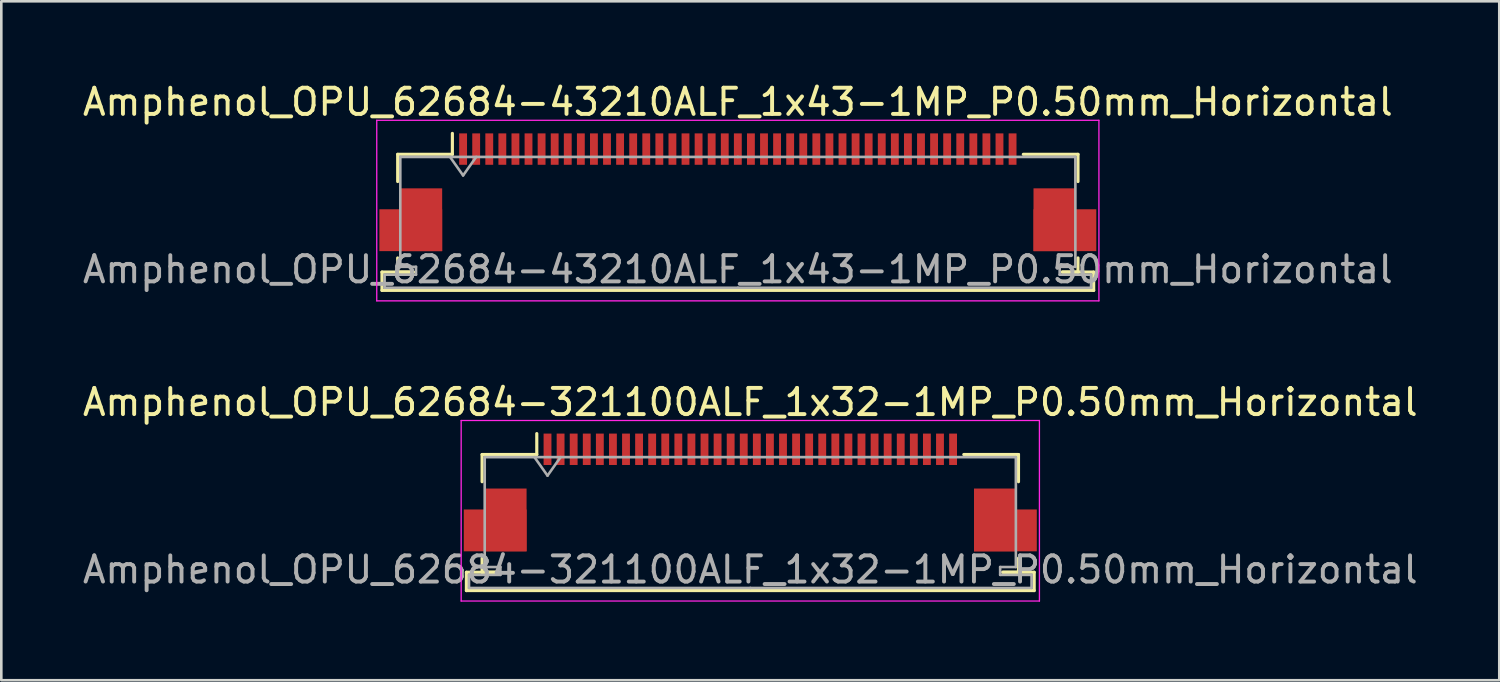
<source format=kicad_pcb>
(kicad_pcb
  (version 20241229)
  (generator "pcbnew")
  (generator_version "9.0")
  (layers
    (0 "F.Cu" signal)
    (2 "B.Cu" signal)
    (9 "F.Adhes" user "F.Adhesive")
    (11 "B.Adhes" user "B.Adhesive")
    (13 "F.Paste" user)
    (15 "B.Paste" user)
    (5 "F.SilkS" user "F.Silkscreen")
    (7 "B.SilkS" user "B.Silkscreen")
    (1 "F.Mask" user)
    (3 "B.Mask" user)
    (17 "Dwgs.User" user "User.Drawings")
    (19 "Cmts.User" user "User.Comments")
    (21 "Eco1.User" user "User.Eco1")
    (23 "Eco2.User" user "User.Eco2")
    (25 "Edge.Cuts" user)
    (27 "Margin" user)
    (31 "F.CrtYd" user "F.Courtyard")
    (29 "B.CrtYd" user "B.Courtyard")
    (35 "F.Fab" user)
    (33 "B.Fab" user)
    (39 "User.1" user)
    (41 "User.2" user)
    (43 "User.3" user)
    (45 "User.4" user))
  (footprint "Amphenol_OPU_62684-321100ALF_1x32-1MP_P0.50mm_Horizontal"
    (layer "F.Cu")
    (at 25.625 15.771)
    (property "Reference" "Amphenol_OPU_62684-321100ALF_1x32-1MP_P0.50mm_Horizontal" (at 0 -3.45 0) (layer "F.SilkS") (effects (font (size 1 1) (thickness 0.15))))
    (attr smd)
    (fp_line (start -10.85 3.05) (end -10.85 3.75) (stroke (width 0.12) (type solid)) (layer "F.SilkS"))
    (fp_line (start -10.85 3.75) (end 10.85 3.75) (stroke (width 0.12) (type solid)) (layer "F.SilkS"))
    (fp_line (start -10.25 -1.45) (end -10.25 -0.41) (stroke (width 0.12) (type solid)) (layer "F.SilkS"))
    (fp_line (start -10.25 2.51) (end -10.25 3.05) (stroke (width 0.12) (type solid)) (layer "F.SilkS"))
    (fp_line (start -10.25 3.05) (end -9.65 3.05) (stroke (width 0.12) (type solid)) (layer "F.SilkS"))
    (fp_line (start -9.65 3.05) (end -10.85 3.05) (stroke (width 0.12) (type solid)) (layer "F.SilkS"))
    (fp_line (start -8.16 -1.45) (end -10.25 -1.45) (stroke (width 0.12) (type solid)) (layer "F.SilkS"))
    (fp_line (start -8.16 -1.45) (end -8.16 -2.25) (stroke (width 0.12) (type solid)) (layer "F.SilkS"))
    (fp_line (start 8.16 -1.45) (end 10.25 -1.45) (stroke (width 0.12) (type solid)) (layer "F.SilkS"))
    (fp_line (start 9.65 3.05) (end 10.25 3.05) (stroke (width 0.12) (type solid)) (layer "F.SilkS"))
    (fp_line (start 10.25 -1.45) (end 10.25 -0.41) (stroke (width 0.12) (type solid)) (layer "F.SilkS"))
    (fp_line (start 10.25 3.05) (end 10.25 2.51) (stroke (width 0.12) (type solid)) (layer "F.SilkS"))
    (fp_line (start 10.85 3.05) (end 9.65 3.05) (stroke (width 0.12) (type solid)) (layer "F.SilkS"))
    (fp_line (start 10.85 3.75) (end 10.85 3.05) (stroke (width 0.12) (type solid)) (layer "F.SilkS"))
    (fp_line (start -11.05 -2.75) (end -11.05 4.15) (stroke (width 0.05) (type solid)) (layer "F.CrtYd"))
    (fp_line (start -11.05 4.15) (end 11.05 4.15) (stroke (width 0.05) (type solid)) (layer "F.CrtYd"))
    (fp_line (start 11.05 -2.75) (end -11.05 -2.75) (stroke (width 0.05) (type solid)) (layer "F.CrtYd"))
    (fp_line (start 11.05 4.15) (end 11.05 -2.75) (stroke (width 0.05) (type solid)) (layer "F.CrtYd"))
    (fp_line (start -10.75 3.15) (end -10.75 3.65) (stroke (width 0.1) (type solid)) (layer "F.Fab"))
    (fp_line (start -10.75 3.65) (end 0 3.65) (stroke (width 0.1) (type solid)) (layer "F.Fab"))
    (fp_line (start -10.15 -1.35) (end -10.15 2.85) (stroke (width 0.1) (type solid)) (layer "F.Fab"))
    (fp_line (start -10.15 2.85) (end -9.55 2.85) (stroke (width 0.1) (type solid)) (layer "F.Fab"))
    (fp_line (start -9.55 2.85) (end -9.55 3.15) (stroke (width 0.1) (type solid)) (layer "F.Fab"))
    (fp_line (start -9.55 3.15) (end -10.75 3.15) (stroke (width 0.1) (type solid)) (layer "F.Fab"))
    (fp_line (start -8.25 -1.35) (end -7.75 -0.643) (stroke (width 0.1) (type solid)) (layer "F.Fab"))
    (fp_line (start -7.75 -0.643) (end -7.25 -1.35) (stroke (width 0.1) (type solid)) (layer "F.Fab"))
    (fp_line (start 0 -1.35) (end -10.15 -1.35) (stroke (width 0.1) (type solid)) (layer "F.Fab"))
    (fp_line (start 0 -1.35) (end 10.15 -1.35) (stroke (width 0.1) (type solid)) (layer "F.Fab"))
    (fp_line (start 9.55 2.85) (end 9.55 3.15) (stroke (width 0.1) (type solid)) (layer "F.Fab"))
    (fp_line (start 9.55 3.15) (end 10.75 3.15) (stroke (width 0.1) (type solid)) (layer "F.Fab"))
    (fp_line (start 10.15 -1.35) (end 10.15 2.85) (stroke (width 0.1) (type solid)) (layer "F.Fab"))
    (fp_line (start 10.15 2.85) (end 9.55 2.85) (stroke (width 0.1) (type solid)) (layer "F.Fab"))
    (fp_line (start 10.75 3.15) (end 10.75 3.65) (stroke (width 0.1) (type solid)) (layer "F.Fab"))
    (fp_line (start 10.75 3.65) (end 0 3.65) (stroke (width 0.1) (type solid)) (layer "F.Fab"))
    (fp_text user "${REFERENCE}" (at 0 2.95 0) (layer "F.Fab") (effects (font (size 1 1) (thickness 0.15))))
    (pad "1" smd rect (at -7.75 -1.65) (size 0.3 1.2) (layers "F.Cu" "F.Mask" "F.Paste"))
    (pad "2" smd rect (at -7.25 -1.65) (size 0.3 1.2) (layers "F.Cu" "F.Mask" "F.Paste"))
    (pad "3" smd rect (at -6.75 -1.65) (size 0.3 1.2) (layers "F.Cu" "F.Mask" "F.Paste"))
    (pad "4" smd rect (at -6.25 -1.65) (size 0.3 1.2) (layers "F.Cu" "F.Mask" "F.Paste"))
    (pad "5" smd rect (at -5.75 -1.65) (size 0.3 1.2) (layers "F.Cu" "F.Mask" "F.Paste"))
    (pad "6" smd rect (at -5.25 -1.65) (size 0.3 1.2) (layers "F.Cu" "F.Mask" "F.Paste"))
    (pad "7" smd rect (at -4.75 -1.65) (size 0.3 1.2) (layers "F.Cu" "F.Mask" "F.Paste"))
    (pad "8" smd rect (at -4.25 -1.65) (size 0.3 1.2) (layers "F.Cu" "F.Mask" "F.Paste"))
    (pad "9" smd rect (at -3.75 -1.65) (size 0.3 1.2) (layers "F.Cu" "F.Mask" "F.Paste"))
    (pad "10" smd rect (at -3.25 -1.65) (size 0.3 1.2) (layers "F.Cu" "F.Mask" "F.Paste"))
    (pad "11" smd rect (at -2.75 -1.65) (size 0.3 1.2) (layers "F.Cu" "F.Mask" "F.Paste"))
    (pad "12" smd rect (at -2.25 -1.65) (size 0.3 1.2) (layers "F.Cu" "F.Mask" "F.Paste"))
    (pad "13" smd rect (at -1.75 -1.65) (size 0.3 1.2) (layers "F.Cu" "F.Mask" "F.Paste"))
    (pad "14" smd rect (at -1.25 -1.65) (size 0.3 1.2) (layers "F.Cu" "F.Mask" "F.Paste"))
    (pad "15" smd rect (at -0.75 -1.65) (size 0.3 1.2) (layers "F.Cu" "F.Mask" "F.Paste"))
    (pad "16" smd rect (at -0.25 -1.65) (size 0.3 1.2) (layers "F.Cu" "F.Mask" "F.Paste"))
    (pad "17" smd rect (at 0.25 -1.65) (size 0.3 1.2) (layers "F.Cu" "F.Mask" "F.Paste"))
    (pad "18" smd rect (at 0.75 -1.65) (size 0.3 1.2) (layers "F.Cu" "F.Mask" "F.Paste"))
    (pad "19" smd rect (at 1.25 -1.65) (size 0.3 1.2) (layers "F.Cu" "F.Mask" "F.Paste"))
    (pad "20" smd rect (at 1.75 -1.65) (size 0.3 1.2) (layers "F.Cu" "F.Mask" "F.Paste"))
    (pad "21" smd rect (at 2.25 -1.65) (size 0.3 1.2) (layers "F.Cu" "F.Mask" "F.Paste"))
    (pad "22" smd rect (at 2.75 -1.65) (size 0.3 1.2) (layers "F.Cu" "F.Mask" "F.Paste"))
    (pad "23" smd rect (at 3.25 -1.65) (size 0.3 1.2) (layers "F.Cu" "F.Mask" "F.Paste"))
    (pad "24" smd rect (at 3.75 -1.65) (size 0.3 1.2) (layers "F.Cu" "F.Mask" "F.Paste"))
    (pad "25" smd rect (at 4.25 -1.65) (size 0.3 1.2) (layers "F.Cu" "F.Mask" "F.Paste"))
    (pad "26" smd rect (at 4.75 -1.65) (size 0.3 1.2) (layers "F.Cu" "F.Mask" "F.Paste"))
    (pad "27" smd rect (at 5.25 -1.65) (size 0.3 1.2) (layers "F.Cu" "F.Mask" "F.Paste"))
    (pad "28" smd rect (at 5.75 -1.65) (size 0.3 1.2) (layers "F.Cu" "F.Mask" "F.Paste"))
    (pad "29" smd rect (at 6.25 -1.65) (size 0.3 1.2) (layers "F.Cu" "F.Mask" "F.Paste"))
    (pad "30" smd rect (at 6.75 -1.65) (size 0.3 1.2) (layers "F.Cu" "F.Mask" "F.Paste"))
    (pad "31" smd rect (at 7.25 -1.65) (size 0.3 1.2) (layers "F.Cu" "F.Mask" "F.Paste"))
    (pad "32" smd rect (at 7.75 -1.65) (size 0.3 1.2) (layers "F.Cu" "F.Mask" "F.Paste"))
    (pad "MP" smd rect (at -9.75 1.45) (size 2.4 1.6) (layers "F.Cu" "F.Mask" "F.Paste"))
    (pad "MP" smd rect (at -9.35 1.05) (size 1.6 2.4) (layers "F.Cu" "F.Mask" "F.Paste"))
    (pad "MP" smd rect (at 9.35 1.05) (size 1.6 2.4) (layers "F.Cu" "F.Mask" "F.Paste"))
    (pad "MP" smd rect (at 9.75 1.45) (size 2.4 1.6) (layers "F.Cu" "F.Mask" "F.Paste")))
  (footprint "Amphenol_OPU_62684-43210ALF_1x43-1MP_P0.50mm_Horizontal"
    (layer "F.Cu")
    (at 25.149 4.298)
    (property "Reference" "Amphenol_OPU_62684-43210ALF_1x43-1MP_P0.50mm_Horizontal" (at 0 -3.45 0) (layer "F.SilkS") (effects (font (size 1 1) (thickness 0.15))))
    (attr smd)
    (fp_line (start -13.6 3.05) (end -13.6 3.75) (stroke (width 0.12) (type solid)) (layer "F.SilkS"))
    (fp_line (start -13.6 3.75) (end 13.6 3.75) (stroke (width 0.12) (type solid)) (layer "F.SilkS"))
    (fp_line (start -13 -1.45) (end -13 -0.41) (stroke (width 0.12) (type solid)) (layer "F.SilkS"))
    (fp_line (start -13 2.51) (end -13 3.05) (stroke (width 0.12) (type solid)) (layer "F.SilkS"))
    (fp_line (start -13 3.05) (end -12.4 3.05) (stroke (width 0.12) (type solid)) (layer "F.SilkS"))
    (fp_line (start -12.4 3.05) (end -13.6 3.05) (stroke (width 0.12) (type solid)) (layer "F.SilkS"))
    (fp_line (start -10.91 -1.45) (end -13 -1.45) (stroke (width 0.12) (type solid)) (layer "F.SilkS"))
    (fp_line (start -10.91 -1.45) (end -10.91 -2.25) (stroke (width 0.12) (type solid)) (layer "F.SilkS"))
    (fp_line (start 10.91 -1.45) (end 13 -1.45) (stroke (width 0.12) (type solid)) (layer "F.SilkS"))
    (fp_line (start 12.4 3.05) (end 13 3.05) (stroke (width 0.12) (type solid)) (layer "F.SilkS"))
    (fp_line (start 13 -1.45) (end 13 -0.41) (stroke (width 0.12) (type solid)) (layer "F.SilkS"))
    (fp_line (start 13 3.05) (end 13 2.51) (stroke (width 0.12) (type solid)) (layer "F.SilkS"))
    (fp_line (start 13.6 3.05) (end 12.4 3.05) (stroke (width 0.12) (type solid)) (layer "F.SilkS"))
    (fp_line (start 13.6 3.75) (end 13.6 3.05) (stroke (width 0.12) (type solid)) (layer "F.SilkS"))
    (fp_line (start -13.8 -2.75) (end -13.8 4.15) (stroke (width 0.05) (type solid)) (layer "F.CrtYd"))
    (fp_line (start -13.8 4.15) (end 13.8 4.15) (stroke (width 0.05) (type solid)) (layer "F.CrtYd"))
    (fp_line (start 13.8 -2.75) (end -13.8 -2.75) (stroke (width 0.05) (type solid)) (layer "F.CrtYd"))
    (fp_line (start 13.8 4.15) (end 13.8 -2.75) (stroke (width 0.05) (type solid)) (layer "F.CrtYd"))
    (fp_line (start -13.5 3.15) (end -13.5 3.65) (stroke (width 0.1) (type solid)) (layer "F.Fab"))
    (fp_line (start -13.5 3.65) (end 0 3.65) (stroke (width 0.1) (type solid)) (layer "F.Fab"))
    (fp_line (start -12.9 -1.35) (end -12.9 2.85) (stroke (width 0.1) (type solid)) (layer "F.Fab"))
    (fp_line (start -12.9 2.85) (end -12.3 2.85) (stroke (width 0.1) (type solid)) (layer "F.Fab"))
    (fp_line (start -12.3 2.85) (end -12.3 3.15) (stroke (width 0.1) (type solid)) (layer "F.Fab"))
    (fp_line (start -12.3 3.15) (end -13.5 3.15) (stroke (width 0.1) (type solid)) (layer "F.Fab"))
    (fp_line (start -11 -1.35) (end -10.5 -0.643) (stroke (width 0.1) (type solid)) (layer "F.Fab"))
    (fp_line (start -10.5 -0.643) (end -10 -1.35) (stroke (width 0.1) (type solid)) (layer "F.Fab"))
    (fp_line (start 0 -1.35) (end -12.9 -1.35) (stroke (width 0.1) (type solid)) (layer "F.Fab"))
    (fp_line (start 0 -1.35) (end 12.9 -1.35) (stroke (width 0.1) (type solid)) (layer "F.Fab"))
    (fp_line (start 12.3 2.85) (end 12.3 3.15) (stroke (width 0.1) (type solid)) (layer "F.Fab"))
    (fp_line (start 12.3 3.15) (end 13.5 3.15) (stroke (width 0.1) (type solid)) (layer "F.Fab"))
    (fp_line (start 12.9 -1.35) (end 12.9 2.85) (stroke (width 0.1) (type solid)) (layer "F.Fab"))
    (fp_line (start 12.9 2.85) (end 12.3 2.85) (stroke (width 0.1) (type solid)) (layer "F.Fab"))
    (fp_line (start 13.5 3.15) (end 13.5 3.65) (stroke (width 0.1) (type solid)) (layer "F.Fab"))
    (fp_line (start 13.5 3.65) (end 0 3.65) (stroke (width 0.1) (type solid)) (layer "F.Fab"))
    (fp_text user "${REFERENCE}" (at 0 2.95 0) (layer "F.Fab") (effects (font (size 1 1) (thickness 0.15))))
    (pad "1" smd rect (at -10.5 -1.65) (size 0.3 1.2) (layers "F.Cu" "F.Mask" "F.Paste"))
    (pad "2" smd rect (at -10 -1.65) (size 0.3 1.2) (layers "F.Cu" "F.Mask" "F.Paste"))
    (pad "3" smd rect (at -9.5 -1.65) (size 0.3 1.2) (layers "F.Cu" "F.Mask" "F.Paste"))
    (pad "4" smd rect (at -9 -1.65) (size 0.3 1.2) (layers "F.Cu" "F.Mask" "F.Paste"))
    (pad "5" smd rect (at -8.5 -1.65) (size 0.3 1.2) (layers "F.Cu" "F.Mask" "F.Paste"))
    (pad "6" smd rect (at -8 -1.65) (size 0.3 1.2) (layers "F.Cu" "F.Mask" "F.Paste"))
    (pad "7" smd rect (at -7.5 -1.65) (size 0.3 1.2) (layers "F.Cu" "F.Mask" "F.Paste"))
    (pad "8" smd rect (at -7 -1.65) (size 0.3 1.2) (layers "F.Cu" "F.Mask" "F.Paste"))
    (pad "9" smd rect (at -6.5 -1.65) (size 0.3 1.2) (layers "F.Cu" "F.Mask" "F.Paste"))
    (pad "10" smd rect (at -6 -1.65) (size 0.3 1.2) (layers "F.Cu" "F.Mask" "F.Paste"))
    (pad "11" smd rect (at -5.5 -1.65) (size 0.3 1.2) (layers "F.Cu" "F.Mask" "F.Paste"))
    (pad "12" smd rect (at -5 -1.65) (size 0.3 1.2) (layers "F.Cu" "F.Mask" "F.Paste"))
    (pad "13" smd rect (at -4.5 -1.65) (size 0.3 1.2) (layers "F.Cu" "F.Mask" "F.Paste"))
    (pad "14" smd rect (at -4 -1.65) (size 0.3 1.2) (layers "F.Cu" "F.Mask" "F.Paste"))
    (pad "15" smd rect (at -3.5 -1.65) (size 0.3 1.2) (layers "F.Cu" "F.Mask" "F.Paste"))
    (pad "16" smd rect (at -3 -1.65) (size 0.3 1.2) (layers "F.Cu" "F.Mask" "F.Paste"))
    (pad "17" smd rect (at -2.5 -1.65) (size 0.3 1.2) (layers "F.Cu" "F.Mask" "F.Paste"))
    (pad "18" smd rect (at -2 -1.65) (size 0.3 1.2) (layers "F.Cu" "F.Mask" "F.Paste"))
    (pad "19" smd rect (at -1.5 -1.65) (size 0.3 1.2) (layers "F.Cu" "F.Mask" "F.Paste"))
    (pad "20" smd rect (at -1 -1.65) (size 0.3 1.2) (layers "F.Cu" "F.Mask" "F.Paste"))
    (pad "21" smd rect (at -0.5 -1.65) (size 0.3 1.2) (layers "F.Cu" "F.Mask" "F.Paste"))
    (pad "22" smd rect (at 0 -1.65) (size 0.3 1.2) (layers "F.Cu" "F.Mask" "F.Paste"))
    (pad "23" smd rect (at 0.5 -1.65) (size 0.3 1.2) (layers "F.Cu" "F.Mask" "F.Paste"))
    (pad "24" smd rect (at 1 -1.65) (size 0.3 1.2) (layers "F.Cu" "F.Mask" "F.Paste"))
    (pad "25" smd rect (at 1.5 -1.65) (size 0.3 1.2) (layers "F.Cu" "F.Mask" "F.Paste"))
    (pad "26" smd rect (at 2 -1.65) (size 0.3 1.2) (layers "F.Cu" "F.Mask" "F.Paste"))
    (pad "27" smd rect (at 2.5 -1.65) (size 0.3 1.2) (layers "F.Cu" "F.Mask" "F.Paste"))
    (pad "28" smd rect (at 3 -1.65) (size 0.3 1.2) (layers "F.Cu" "F.Mask" "F.Paste"))
    (pad "29" smd rect (at 3.5 -1.65) (size 0.3 1.2) (layers "F.Cu" "F.Mask" "F.Paste"))
    (pad "30" smd rect (at 4 -1.65) (size 0.3 1.2) (layers "F.Cu" "F.Mask" "F.Paste"))
    (pad "31" smd rect (at 4.5 -1.65) (size 0.3 1.2) (layers "F.Cu" "F.Mask" "F.Paste"))
    (pad "32" smd rect (at 5 -1.65) (size 0.3 1.2) (layers "F.Cu" "F.Mask" "F.Paste"))
    (pad "33" smd rect (at 5.5 -1.65) (size 0.3 1.2) (layers "F.Cu" "F.Mask" "F.Paste"))
    (pad "34" smd rect (at 6 -1.65) (size 0.3 1.2) (layers "F.Cu" "F.Mask" "F.Paste"))
    (pad "35" smd rect (at 6.5 -1.65) (size 0.3 1.2) (layers "F.Cu" "F.Mask" "F.Paste"))
    (pad "36" smd rect (at 7 -1.65) (size 0.3 1.2) (layers "F.Cu" "F.Mask" "F.Paste"))
    (pad "37" smd rect (at 7.5 -1.65) (size 0.3 1.2) (layers "F.Cu" "F.Mask" "F.Paste"))
    (pad "38" smd rect (at 8 -1.65) (size 0.3 1.2) (layers "F.Cu" "F.Mask" "F.Paste"))
    (pad "39" smd rect (at 8.5 -1.65) (size 0.3 1.2) (layers "F.Cu" "F.Mask" "F.Paste"))
    (pad "40" smd rect (at 9 -1.65) (size 0.3 1.2) (layers "F.Cu" "F.Mask" "F.Paste"))
    (pad "41" smd rect (at 9.5 -1.65) (size 0.3 1.2) (layers "F.Cu" "F.Mask" "F.Paste"))
    (pad "42" smd rect (at 10 -1.65) (size 0.3 1.2) (layers "F.Cu" "F.Mask" "F.Paste"))
    (pad "43" smd rect (at 10.5 -1.65) (size 0.3 1.2) (layers "F.Cu" "F.Mask" "F.Paste"))
    (pad "MP" smd rect (at -12.5 1.45) (size 2.4 1.6) (layers "F.Cu" "F.Mask" "F.Paste"))
    (pad "MP" smd rect (at -12.1 1.05) (size 1.6 2.4) (layers "F.Cu" "F.Mask" "F.Paste"))
    (pad "MP" smd rect (at 12.1 1.05) (size 1.6 2.4) (layers "F.Cu" "F.Mask" "F.Paste"))
    (pad "MP" smd rect (at 12.5 1.45) (size 2.4 1.6) (layers "F.Cu" "F.Mask" "F.Paste")))
  (gr_rect
    (start -3 -3)
    (end 54.25 22.947)
    (stroke (width 0.1) (type default))
    (fill no)
    (layer "Edge.Cuts")))
</source>
